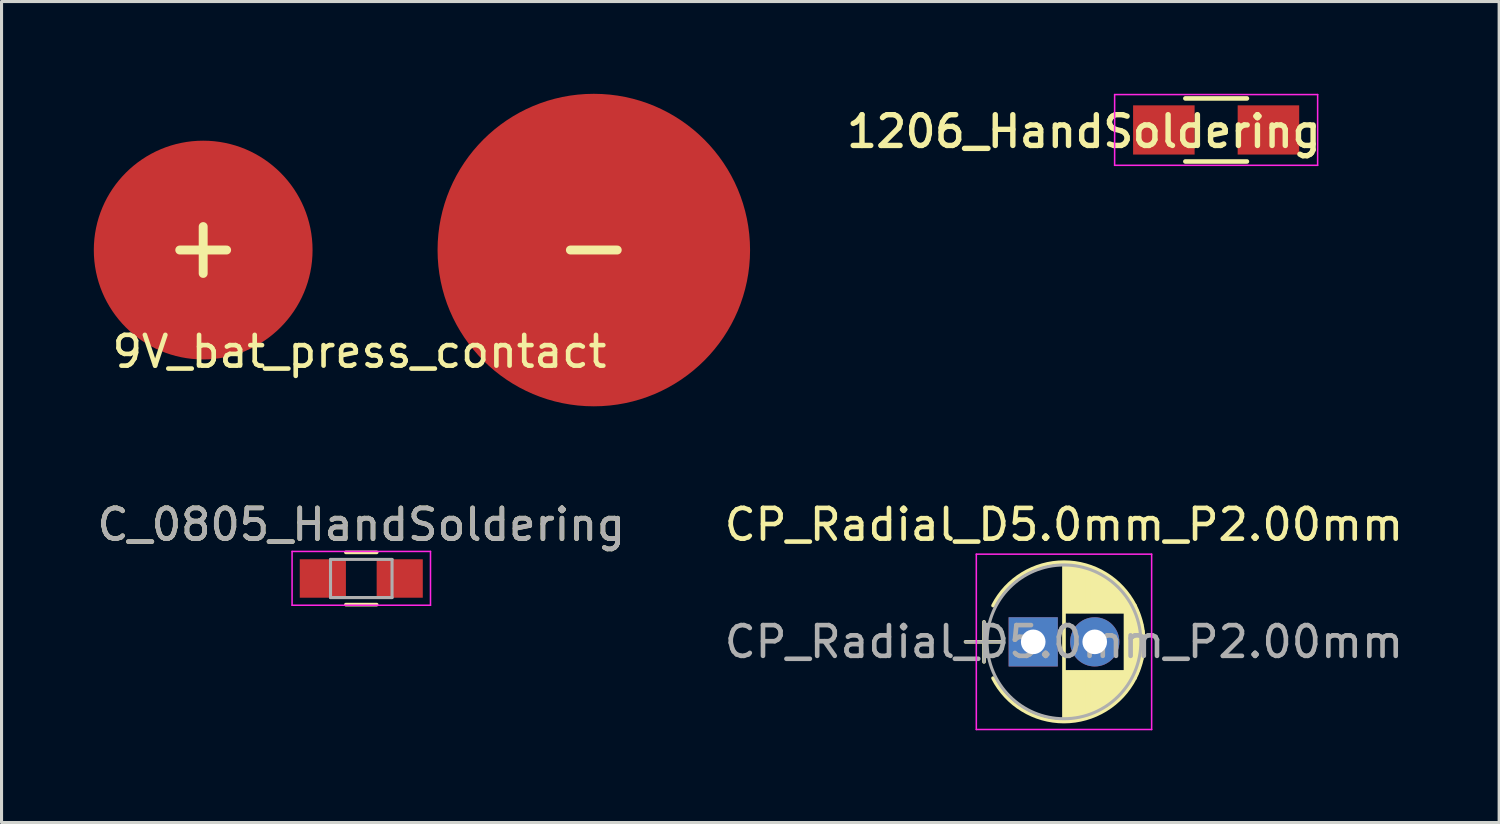
<source format=kicad_pcb>
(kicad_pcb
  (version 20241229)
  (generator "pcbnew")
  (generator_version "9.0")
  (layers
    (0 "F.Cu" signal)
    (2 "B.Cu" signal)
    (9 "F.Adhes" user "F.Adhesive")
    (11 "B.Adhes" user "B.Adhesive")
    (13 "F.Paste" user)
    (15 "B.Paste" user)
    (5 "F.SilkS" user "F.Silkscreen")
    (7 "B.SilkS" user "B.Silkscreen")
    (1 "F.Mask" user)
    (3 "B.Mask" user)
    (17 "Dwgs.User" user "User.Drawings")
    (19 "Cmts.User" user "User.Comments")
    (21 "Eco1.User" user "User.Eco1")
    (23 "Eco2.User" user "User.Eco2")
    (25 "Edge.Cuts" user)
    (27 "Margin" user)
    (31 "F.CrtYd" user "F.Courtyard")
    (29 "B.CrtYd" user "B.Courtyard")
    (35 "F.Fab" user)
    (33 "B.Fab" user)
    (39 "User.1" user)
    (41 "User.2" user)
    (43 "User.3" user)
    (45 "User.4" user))
  (footprint "1206_HandSoldering"
    (layer "F.Cu")
    (at 36.489 1.175)
    (property "Reference" "1206_HandSoldering" (at -4.3 0.05 0) (layer "F.SilkS") (effects (font (size 1 1) (thickness 0.175))))
    (attr smd)
    (fp_line (start -1 1.025) (end 1 1.025) (stroke (width 0.15) (type solid)) (layer "F.SilkS"))
    (fp_line (start 1 -1.025) (end -1 -1.025) (stroke (width 0.15) (type solid)) (layer "F.SilkS"))
    (fp_line (start -3.3 -1.15) (end -3.3 1.15) (stroke (width 0.05) (type solid)) (layer "F.CrtYd"))
    (fp_line (start -3.3 -1.15) (end 3.3 -1.15) (stroke (width 0.05) (type solid)) (layer "F.CrtYd"))
    (fp_line (start -3.3 1.15) (end 3.3 1.15) (stroke (width 0.05) (type solid)) (layer "F.CrtYd"))
    (fp_line (start 3.3 -1.15) (end 3.3 1.15) (stroke (width 0.05) (type solid)) (layer "F.CrtYd"))
    (pad "1" smd rect (at -1.7 0) (size 2 1.6) (layers "F.Cu" "F.Mask" "F.Paste"))
    (pad "2" smd rect (at 1.7 0) (size 2 1.6) (layers "F.Cu" "F.Mask" "F.Paste")))
  (footprint "9V_bat_press_contact"
    (layer "F.Cu")
    (at 3.556 5.08)
    (property "Reference" "9V_bat_press_contact" (at 5.08 3.302 0) (layer "F.SilkS") (effects (font (size 1 1) (thickness 0.15))))
    (attr through_hole)
    (fp_circle (center 0 0) (end 2.54 0) (stroke (width 2.032) (type solid)) (fill no) (layer "F.Mask"))
    (fp_circle (center 12.7 0) (end 16.764 0) (stroke (width 2.032) (type solid)) (fill no) (layer "F.Mask"))
    (fp_text user "+" (at 0 -0.15 0) (layer "F.SilkS") (effects (font (size 2 2) (thickness 0.29))))
    (fp_text user "-" (at 12.7 -0.15 0) (layer "F.SilkS") (effects (font (size 2 2) (thickness 0.29))))
    (pad "1" connect circle (at 0 0) (size 7.112 7.112) (layers "F.Cu"))
    (pad "2" connect circle (at 12.7 0) (size 10.16 10.16) (layers "F.Cu")))
  (footprint "CP_Radial_D5.0mm_P2.00mm"
    (layer "F.Cu")
    (at 30.542 17.818)
    (property "Reference" "CP_Radial_D5.0mm_P2.00mm" (at 1 -3.81 0) (layer "F.SilkS") (effects (font (size 1 1) (thickness 0.15))))
    (attr through_hole)
    (fp_line (start -2.2 0) (end -1 0) (stroke (width 0.12) (type solid)) (layer "F.SilkS"))
    (fp_line (start -1.6 -0.65) (end -1.6 0.65) (stroke (width 0.12) (type solid)) (layer "F.SilkS"))
    (fp_line (start 1 -2.55) (end 1 2.55) (stroke (width 0.12) (type solid)) (layer "F.SilkS"))
    (fp_line (start 1.04 -2.55) (end 1.04 -0.98) (stroke (width 0.12) (type solid)) (layer "F.SilkS"))
    (fp_line (start 1.04 0.98) (end 1.04 2.55) (stroke (width 0.12) (type solid)) (layer "F.SilkS"))
    (fp_line (start 1.08 -2.549) (end 1.08 -0.98) (stroke (width 0.12) (type solid)) (layer "F.SilkS"))
    (fp_line (start 1.08 0.98) (end 1.08 2.549) (stroke (width 0.12) (type solid)) (layer "F.SilkS"))
    (fp_line (start 1.12 -2.548) (end 1.12 -0.98) (stroke (width 0.12) (type solid)) (layer "F.SilkS"))
    (fp_line (start 1.12 0.98) (end 1.12 2.548) (stroke (width 0.12) (type solid)) (layer "F.SilkS"))
    (fp_line (start 1.16 -2.546) (end 1.16 -0.98) (stroke (width 0.12) (type solid)) (layer "F.SilkS"))
    (fp_line (start 1.16 0.98) (end 1.16 2.546) (stroke (width 0.12) (type solid)) (layer "F.SilkS"))
    (fp_line (start 1.2 -2.543) (end 1.2 -0.98) (stroke (width 0.12) (type solid)) (layer "F.SilkS"))
    (fp_line (start 1.2 0.98) (end 1.2 2.543) (stroke (width 0.12) (type solid)) (layer "F.SilkS"))
    (fp_line (start 1.24 -2.539) (end 1.24 -0.98) (stroke (width 0.12) (type solid)) (layer "F.SilkS"))
    (fp_line (start 1.24 0.98) (end 1.24 2.539) (stroke (width 0.12) (type solid)) (layer "F.SilkS"))
    (fp_line (start 1.28 -2.535) (end 1.28 -0.98) (stroke (width 0.12) (type solid)) (layer "F.SilkS"))
    (fp_line (start 1.28 0.98) (end 1.28 2.535) (stroke (width 0.12) (type solid)) (layer "F.SilkS"))
    (fp_line (start 1.32 -2.531) (end 1.32 -0.98) (stroke (width 0.12) (type solid)) (layer "F.SilkS"))
    (fp_line (start 1.32 0.98) (end 1.32 2.531) (stroke (width 0.12) (type solid)) (layer "F.SilkS"))
    (fp_line (start 1.36 -2.525) (end 1.36 -0.98) (stroke (width 0.12) (type solid)) (layer "F.SilkS"))
    (fp_line (start 1.36 0.98) (end 1.36 2.525) (stroke (width 0.12) (type solid)) (layer "F.SilkS"))
    (fp_line (start 1.4 -2.519) (end 1.4 -0.98) (stroke (width 0.12) (type solid)) (layer "F.SilkS"))
    (fp_line (start 1.4 0.98) (end 1.4 2.519) (stroke (width 0.12) (type solid)) (layer "F.SilkS"))
    (fp_line (start 1.44 -2.513) (end 1.44 -0.98) (stroke (width 0.12) (type solid)) (layer "F.SilkS"))
    (fp_line (start 1.44 0.98) (end 1.44 2.513) (stroke (width 0.12) (type solid)) (layer "F.SilkS"))
    (fp_line (start 1.48 -2.506) (end 1.48 -0.98) (stroke (width 0.12) (type solid)) (layer "F.SilkS"))
    (fp_line (start 1.48 0.98) (end 1.48 2.506) (stroke (width 0.12) (type solid)) (layer "F.SilkS"))
    (fp_line (start 1.52 -2.498) (end 1.52 -0.98) (stroke (width 0.12) (type solid)) (layer "F.SilkS"))
    (fp_line (start 1.52 0.98) (end 1.52 2.498) (stroke (width 0.12) (type solid)) (layer "F.SilkS"))
    (fp_line (start 1.56 -2.489) (end 1.56 -0.98) (stroke (width 0.12) (type solid)) (layer "F.SilkS"))
    (fp_line (start 1.56 0.98) (end 1.56 2.489) (stroke (width 0.12) (type solid)) (layer "F.SilkS"))
    (fp_line (start 1.6 -2.48) (end 1.6 -0.98) (stroke (width 0.12) (type solid)) (layer "F.SilkS"))
    (fp_line (start 1.6 0.98) (end 1.6 2.48) (stroke (width 0.12) (type solid)) (layer "F.SilkS"))
    (fp_line (start 1.64 -2.47) (end 1.64 -0.98) (stroke (width 0.12) (type solid)) (layer "F.SilkS"))
    (fp_line (start 1.64 0.98) (end 1.64 2.47) (stroke (width 0.12) (type solid)) (layer "F.SilkS"))
    (fp_line (start 1.68 -2.46) (end 1.68 -0.98) (stroke (width 0.12) (type solid)) (layer "F.SilkS"))
    (fp_line (start 1.68 0.98) (end 1.68 2.46) (stroke (width 0.12) (type solid)) (layer "F.SilkS"))
    (fp_line (start 1.721 -2.448) (end 1.721 -0.98) (stroke (width 0.12) (type solid)) (layer "F.SilkS"))
    (fp_line (start 1.721 0.98) (end 1.721 2.448) (stroke (width 0.12) (type solid)) (layer "F.SilkS"))
    (fp_line (start 1.761 -2.436) (end 1.761 -0.98) (stroke (width 0.12) (type solid)) (layer "F.SilkS"))
    (fp_line (start 1.761 0.98) (end 1.761 2.436) (stroke (width 0.12) (type solid)) (layer "F.SilkS"))
    (fp_line (start 1.801 -2.424) (end 1.801 -0.98) (stroke (width 0.12) (type solid)) (layer "F.SilkS"))
    (fp_line (start 1.801 0.98) (end 1.801 2.424) (stroke (width 0.12) (type solid)) (layer "F.SilkS"))
    (fp_line (start 1.841 -2.41) (end 1.841 -0.98) (stroke (width 0.12) (type solid)) (layer "F.SilkS"))
    (fp_line (start 1.841 0.98) (end 1.841 2.41) (stroke (width 0.12) (type solid)) (layer "F.SilkS"))
    (fp_line (start 1.881 -2.396) (end 1.881 -0.98) (stroke (width 0.12) (type solid)) (layer "F.SilkS"))
    (fp_line (start 1.881 0.98) (end 1.881 2.396) (stroke (width 0.12) (type solid)) (layer "F.SilkS"))
    (fp_line (start 1.921 -2.382) (end 1.921 -0.98) (stroke (width 0.12) (type solid)) (layer "F.SilkS"))
    (fp_line (start 1.921 0.98) (end 1.921 2.382) (stroke (width 0.12) (type solid)) (layer "F.SilkS"))
    (fp_line (start 1.961 -2.366) (end 1.961 -0.98) (stroke (width 0.12) (type solid)) (layer "F.SilkS"))
    (fp_line (start 1.961 0.98) (end 1.961 2.366) (stroke (width 0.12) (type solid)) (layer "F.SilkS"))
    (fp_line (start 2.001 -2.35) (end 2.001 -0.98) (stroke (width 0.12) (type solid)) (layer "F.SilkS"))
    (fp_line (start 2.001 0.98) (end 2.001 2.35) (stroke (width 0.12) (type solid)) (layer "F.SilkS"))
    (fp_line (start 2.041 -2.333) (end 2.041 -0.98) (stroke (width 0.12) (type solid)) (layer "F.SilkS"))
    (fp_line (start 2.041 0.98) (end 2.041 2.333) (stroke (width 0.12) (type solid)) (layer "F.SilkS"))
    (fp_line (start 2.081 -2.315) (end 2.081 -0.98) (stroke (width 0.12) (type solid)) (layer "F.SilkS"))
    (fp_line (start 2.081 0.98) (end 2.081 2.315) (stroke (width 0.12) (type solid)) (layer "F.SilkS"))
    (fp_line (start 2.121 -2.296) (end 2.121 -0.98) (stroke (width 0.12) (type solid)) (layer "F.SilkS"))
    (fp_line (start 2.121 0.98) (end 2.121 2.296) (stroke (width 0.12) (type solid)) (layer "F.SilkS"))
    (fp_line (start 2.161 -2.276) (end 2.161 -0.98) (stroke (width 0.12) (type solid)) (layer "F.SilkS"))
    (fp_line (start 2.161 0.98) (end 2.161 2.276) (stroke (width 0.12) (type solid)) (layer "F.SilkS"))
    (fp_line (start 2.201 -2.256) (end 2.201 -0.98) (stroke (width 0.12) (type solid)) (layer "F.SilkS"))
    (fp_line (start 2.201 0.98) (end 2.201 2.256) (stroke (width 0.12) (type solid)) (layer "F.SilkS"))
    (fp_line (start 2.241 -2.234) (end 2.241 -0.98) (stroke (width 0.12) (type solid)) (layer "F.SilkS"))
    (fp_line (start 2.241 0.98) (end 2.241 2.234) (stroke (width 0.12) (type solid)) (layer "F.SilkS"))
    (fp_line (start 2.281 -2.212) (end 2.281 -0.98) (stroke (width 0.12) (type solid)) (layer "F.SilkS"))
    (fp_line (start 2.281 0.98) (end 2.281 2.212) (stroke (width 0.12) (type solid)) (layer "F.SilkS"))
    (fp_line (start 2.321 -2.189) (end 2.321 -0.98) (stroke (width 0.12) (type solid)) (layer "F.SilkS"))
    (fp_line (start 2.321 0.98) (end 2.321 2.189) (stroke (width 0.12) (type solid)) (layer "F.SilkS"))
    (fp_line (start 2.361 -2.165) (end 2.361 -0.98) (stroke (width 0.12) (type solid)) (layer "F.SilkS"))
    (fp_line (start 2.361 0.98) (end 2.361 2.165) (stroke (width 0.12) (type solid)) (layer "F.SilkS"))
    (fp_line (start 2.401 -2.14) (end 2.401 -0.98) (stroke (width 0.12) (type solid)) (layer "F.SilkS"))
    (fp_line (start 2.401 0.98) (end 2.401 2.14) (stroke (width 0.12) (type solid)) (layer "F.SilkS"))
    (fp_line (start 2.441 -2.113) (end 2.441 -0.98) (stroke (width 0.12) (type solid)) (layer "F.SilkS"))
    (fp_line (start 2.441 0.98) (end 2.441 2.113) (stroke (width 0.12) (type solid)) (layer "F.SilkS"))
    (fp_line (start 2.481 -2.086) (end 2.481 -0.98) (stroke (width 0.12) (type solid)) (layer "F.SilkS"))
    (fp_line (start 2.481 0.98) (end 2.481 2.086) (stroke (width 0.12) (type solid)) (layer "F.SilkS"))
    (fp_line (start 2.521 -2.058) (end 2.521 -0.98) (stroke (width 0.12) (type solid)) (layer "F.SilkS"))
    (fp_line (start 2.521 0.98) (end 2.521 2.058) (stroke (width 0.12) (type solid)) (layer "F.SilkS"))
    (fp_line (start 2.561 -2.028) (end 2.561 -0.98) (stroke (width 0.12) (type solid)) (layer "F.SilkS"))
    (fp_line (start 2.561 0.98) (end 2.561 2.028) (stroke (width 0.12) (type solid)) (layer "F.SilkS"))
    (fp_line (start 2.601 -1.997) (end 2.601 -0.98) (stroke (width 0.12) (type solid)) (layer "F.SilkS"))
    (fp_line (start 2.601 0.98) (end 2.601 1.997) (stroke (width 0.12) (type solid)) (layer "F.SilkS"))
    (fp_line (start 2.641 -1.965) (end 2.641 -0.98) (stroke (width 0.12) (type solid)) (layer "F.SilkS"))
    (fp_line (start 2.641 0.98) (end 2.641 1.965) (stroke (width 0.12) (type solid)) (layer "F.SilkS"))
    (fp_line (start 2.681 -1.932) (end 2.681 -0.98) (stroke (width 0.12) (type solid)) (layer "F.SilkS"))
    (fp_line (start 2.681 0.98) (end 2.681 1.932) (stroke (width 0.12) (type solid)) (layer "F.SilkS"))
    (fp_line (start 2.721 -1.897) (end 2.721 -0.98) (stroke (width 0.12) (type solid)) (layer "F.SilkS"))
    (fp_line (start 2.721 0.98) (end 2.721 1.897) (stroke (width 0.12) (type solid)) (layer "F.SilkS"))
    (fp_line (start 2.761 -1.861) (end 2.761 -0.98) (stroke (width 0.12) (type solid)) (layer "F.SilkS"))
    (fp_line (start 2.761 0.98) (end 2.761 1.861) (stroke (width 0.12) (type solid)) (layer "F.SilkS"))
    (fp_line (start 2.801 -1.823) (end 2.801 -0.98) (stroke (width 0.12) (type solid)) (layer "F.SilkS"))
    (fp_line (start 2.801 0.98) (end 2.801 1.823) (stroke (width 0.12) (type solid)) (layer "F.SilkS"))
    (fp_line (start 2.841 -1.783) (end 2.841 -0.98) (stroke (width 0.12) (type solid)) (layer "F.SilkS"))
    (fp_line (start 2.841 0.98) (end 2.841 1.783) (stroke (width 0.12) (type solid)) (layer "F.SilkS"))
    (fp_line (start 2.881 -1.742) (end 2.881 -0.98) (stroke (width 0.12) (type solid)) (layer "F.SilkS"))
    (fp_line (start 2.881 0.98) (end 2.881 1.742) (stroke (width 0.12) (type solid)) (layer "F.SilkS"))
    (fp_line (start 2.921 -1.699) (end 2.921 -0.98) (stroke (width 0.12) (type solid)) (layer "F.SilkS"))
    (fp_line (start 2.921 0.98) (end 2.921 1.699) (stroke (width 0.12) (type solid)) (layer "F.SilkS"))
    (fp_line (start 2.961 -1.654) (end 2.961 -0.98) (stroke (width 0.12) (type solid)) (layer "F.SilkS"))
    (fp_line (start 2.961 0.98) (end 2.961 1.654) (stroke (width 0.12) (type solid)) (layer "F.SilkS"))
    (fp_line (start 3.001 -1.606) (end 3.001 1.606) (stroke (width 0.12) (type solid)) (layer "F.SilkS"))
    (fp_line (start 3.041 -1.556) (end 3.041 1.556) (stroke (width 0.12) (type solid)) (layer "F.SilkS"))
    (fp_line (start 3.081 -1.504) (end 3.081 1.504) (stroke (width 0.12) (type solid)) (layer "F.SilkS"))
    (fp_line (start 3.121 -1.448) (end 3.121 1.448) (stroke (width 0.12) (type solid)) (layer "F.SilkS"))
    (fp_line (start 3.161 -1.39) (end 3.161 1.39) (stroke (width 0.12) (type solid)) (layer "F.SilkS"))
    (fp_line (start 3.201 -1.327) (end 3.201 1.327) (stroke (width 0.12) (type solid)) (layer "F.SilkS"))
    (fp_line (start 3.241 -1.261) (end 3.241 1.261) (stroke (width 0.12) (type solid)) (layer "F.SilkS"))
    (fp_line (start 3.281 -1.189) (end 3.281 1.189) (stroke (width 0.12) (type solid)) (layer "F.SilkS"))
    (fp_line (start 3.321 -1.112) (end 3.321 1.112) (stroke (width 0.12) (type solid)) (layer "F.SilkS"))
    (fp_line (start 3.361 -1.028) (end 3.361 1.028) (stroke (width 0.12) (type solid)) (layer "F.SilkS"))
    (fp_line (start 3.401 -0.934) (end 3.401 0.934) (stroke (width 0.12) (type solid)) (layer "F.SilkS"))
    (fp_line (start 3.441 -0.829) (end 3.441 0.829) (stroke (width 0.12) (type solid)) (layer "F.SilkS"))
    (fp_line (start 3.481 -0.707) (end 3.481 0.707) (stroke (width 0.12) (type solid)) (layer "F.SilkS"))
    (fp_line (start 3.521 -0.559) (end 3.521 0.559) (stroke (width 0.12) (type solid)) (layer "F.SilkS"))
    (fp_line (start 3.561 -0.354) (end 3.561 0.354) (stroke (width 0.12) (type solid)) (layer "F.SilkS"))
    (fp_arc (start -1.30558 -1.18) (mid 1.000156 -2.59) (end 3.305722 -1.179722) (stroke (width 0.12) (type solid)) (layer "F.SilkS"))
    (fp_arc (start 3.30558 -1.18) (mid 3.59 -0.000156) (end 3.305722 1.179722) (stroke (width 0.12) (type solid)) (layer "F.SilkS"))
    (fp_arc (start 3.305722 1.179722) (mid 1.000156 2.59) (end -1.30558 1.18) (stroke (width 0.12) (type solid)) (layer "F.SilkS"))
    (fp_line (start -1.85 -2.85) (end -1.85 2.85) (stroke (width 0.05) (type solid)) (layer "F.CrtYd"))
    (fp_line (start -1.85 2.85) (end 3.85 2.85) (stroke (width 0.05) (type solid)) (layer "F.CrtYd"))
    (fp_line (start 3.85 -2.85) (end -1.85 -2.85) (stroke (width 0.05) (type solid)) (layer "F.CrtYd"))
    (fp_line (start 3.85 2.85) (end 3.85 -2.85) (stroke (width 0.05) (type solid)) (layer "F.CrtYd"))
    (fp_line (start -2.2 0) (end -1 0) (stroke (width 0.1) (type solid)) (layer "F.Fab"))
    (fp_line (start -1.6 -0.65) (end -1.6 0.65) (stroke (width 0.1) (type solid)) (layer "F.Fab"))
    (fp_circle (center 1 0) (end 3.5 0) (stroke (width 0.1) (type solid)) (fill no) (layer "F.Fab"))
    (fp_text user "${REFERENCE}" (at 1 0 0) (layer "F.Fab") (effects (font (size 1 1) (thickness 0.15))))
    (pad "1" thru_hole rect (at 0 0) (size 1.6 1.6) (drill 0.8) (layers "*.Cu" "*.Mask"))
    (pad "2" thru_hole circle (at 2 0) (size 1.6 1.6) (drill 0.8) (layers "*.Cu" "*.Mask")))
  (footprint "C_0805_HandSoldering"
    (layer "F.Cu")
    (at 8.696 15.758)
    (property "Reference" "C_0805_HandSoldering" (at 0 -1.75 0) (layer "F.SilkS") (effects (font (size 1 1) (thickness 0.15))))
    (attr smd)
    (fp_line (start -0.5 0.85) (end 0.5 0.85) (stroke (width 0.12) (type solid)) (layer "F.SilkS"))
    (fp_line (start 0.5 -0.85) (end -0.5 -0.85) (stroke (width 0.12) (type solid)) (layer "F.SilkS"))
    (fp_line (start -2.25 -0.88) (end -2.25 0.87) (stroke (width 0.05) (type solid)) (layer "F.CrtYd"))
    (fp_line (start -2.25 -0.88) (end 2.25 -0.88) (stroke (width 0.05) (type solid)) (layer "F.CrtYd"))
    (fp_line (start 2.25 0.87) (end -2.25 0.87) (stroke (width 0.05) (type solid)) (layer "F.CrtYd"))
    (fp_line (start 2.25 0.87) (end 2.25 -0.88) (stroke (width 0.05) (type solid)) (layer "F.CrtYd"))
    (fp_line (start -1 -0.62) (end 1 -0.62) (stroke (width 0.1) (type solid)) (layer "F.Fab"))
    (fp_line (start -1 0.62) (end -1 -0.62) (stroke (width 0.1) (type solid)) (layer "F.Fab"))
    (fp_line (start 1 -0.62) (end 1 0.62) (stroke (width 0.1) (type solid)) (layer "F.Fab"))
    (fp_line (start 1 0.62) (end -1 0.62) (stroke (width 0.1) (type solid)) (layer "F.Fab"))
    (fp_text user "${REFERENCE}" (at 0 -1.75 0) (layer "F.Fab") (effects (font (size 1 1) (thickness 0.15))))
    (pad "1" smd rect (at -1.25 0) (size 1.5 1.25) (layers "F.Cu" "F.Mask" "F.Paste"))
    (pad "2" smd rect (at 1.25 0) (size 1.5 1.25) (layers "F.Cu" "F.Mask" "F.Paste")))
  (gr_rect
    (start -3 -3)
    (end 45.69 23.693)
    (stroke (width 0.1) (type default))
    (fill no)
    (layer "Edge.Cuts")))
</source>
